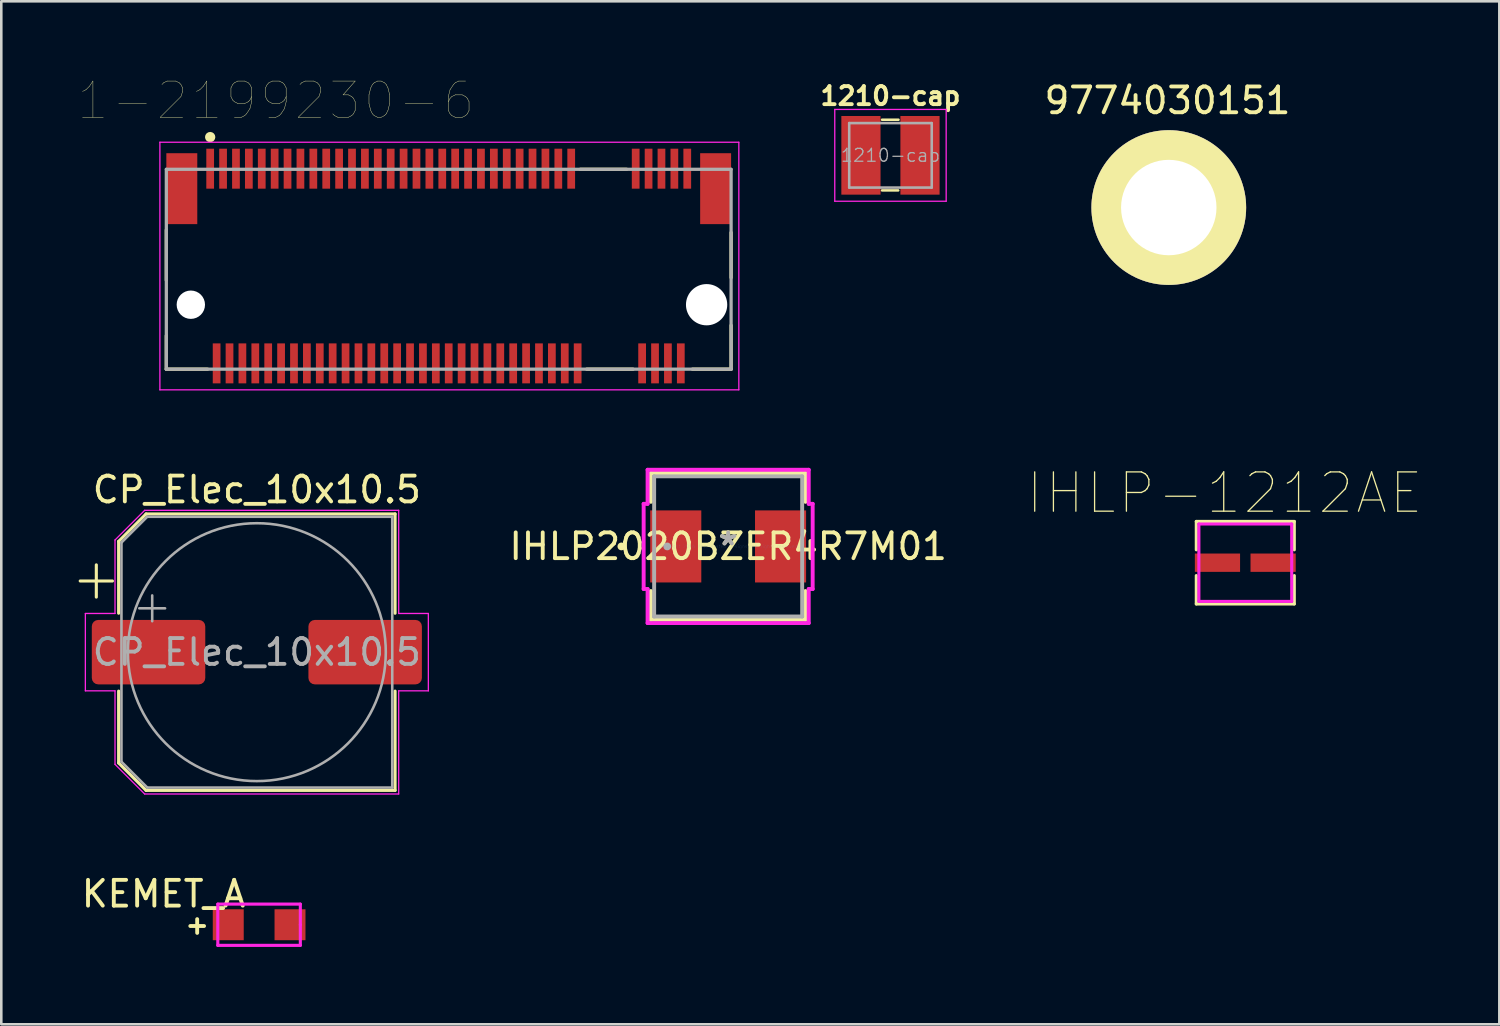
<source format=kicad_pcb>
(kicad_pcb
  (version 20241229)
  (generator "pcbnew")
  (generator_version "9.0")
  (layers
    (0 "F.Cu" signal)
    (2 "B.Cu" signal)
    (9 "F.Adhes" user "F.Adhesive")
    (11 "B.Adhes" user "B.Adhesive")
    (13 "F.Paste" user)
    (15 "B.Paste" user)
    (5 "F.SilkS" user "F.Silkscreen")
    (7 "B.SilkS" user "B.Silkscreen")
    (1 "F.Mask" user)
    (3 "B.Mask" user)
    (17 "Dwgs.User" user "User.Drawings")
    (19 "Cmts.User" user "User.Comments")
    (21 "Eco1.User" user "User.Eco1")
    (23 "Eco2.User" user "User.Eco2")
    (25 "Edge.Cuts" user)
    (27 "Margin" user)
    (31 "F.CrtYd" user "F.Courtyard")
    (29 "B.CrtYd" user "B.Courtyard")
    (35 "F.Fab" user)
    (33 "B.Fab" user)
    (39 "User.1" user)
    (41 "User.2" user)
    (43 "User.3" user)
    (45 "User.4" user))
  (footprint "KEMET_A"
    (layer "F.Cu")
    (at 5.796 32.809)
    (property "Reference" "KEMET_A" (at -2.504 -1.196 0) (layer "F.SilkS") (effects (font (size 1 1) (thickness 0.15))))
    (attr through_hole)
    (fp_line (start -0.4 -0.8) (end -0.4 0.8) (stroke (width 0.12) (type solid)) (layer "F.CrtYd"))
    (fp_line (start -0.4 0.8) (end 2.8 0.8) (stroke (width 0.12) (type solid)) (layer "F.CrtYd"))
    (fp_line (start 2.8 -0.8) (end -0.4 -0.8) (stroke (width 0.12) (type solid)) (layer "F.CrtYd"))
    (fp_line (start 2.8 0) (end 2.8 -0.8) (stroke (width 0.12) (type solid)) (layer "F.CrtYd"))
    (fp_line (start 2.8 0.8) (end 2.8 0) (stroke (width 0.12) (type solid)) (layer "F.CrtYd"))
    (fp_text user "+" (at -1.2 0 0) (layer "F.SilkS") (effects (font (size 0.7 0.7) (thickness 0.15))))
    (pad "1" smd rect (at 0.005 0) (size 1.2 1.2) (layers "F.Cu" "F.Mask" "F.Paste"))
    (pad "2" smd rect (at 2.4 0) (size 1.2 1.2) (layers "F.Cu" "F.Mask" "F.Paste")))
  (footprint "IHLP2020BZER4R7M01"
    (layer "F.Cu")
    (at 25.186 18.139)
    (property "Reference" "IHLP2020BZER4R7M01" (at 0 0 0) (layer "F.SilkS") (effects (font (size 1 1) (thickness 0.15))))
    (attr through_hole)
    (fp_line (start -2.997 -2.845) (end -2.997 -1.73) (stroke (width 0.152) (type solid)) (layer "F.SilkS"))
    (fp_line (start -2.997 1.73) (end -2.997 2.845) (stroke (width 0.152) (type solid)) (layer "F.SilkS"))
    (fp_line (start -2.997 2.845) (end 2.997 2.845) (stroke (width 0.152) (type solid)) (layer "F.SilkS"))
    (fp_line (start 2.997 -2.845) (end -2.997 -2.845) (stroke (width 0.152) (type solid)) (layer "F.SilkS"))
    (fp_line (start 2.997 -1.73) (end 2.997 -2.845) (stroke (width 0.152) (type solid)) (layer "F.SilkS"))
    (fp_line (start 2.997 2.845) (end 2.997 1.73) (stroke (width 0.152) (type solid)) (layer "F.SilkS"))
    (fp_circle (center -4.14 0) (end -4.064 0) (stroke (width 0.152) (type solid)) (fill no) (layer "F.SilkS"))
    (fp_line (start -3.277 -1.651) (end -3.124 -1.651) (stroke (width 0.152) (type solid)) (layer "F.CrtYd"))
    (fp_line (start -3.277 1.651) (end -3.277 -1.651) (stroke (width 0.152) (type solid)) (layer "F.CrtYd"))
    (fp_line (start -3.124 -2.972) (end 3.124 -2.972) (stroke (width 0.152) (type solid)) (layer "F.CrtYd"))
    (fp_line (start -3.124 -1.651) (end -3.124 -2.972) (stroke (width 0.152) (type solid)) (layer "F.CrtYd"))
    (fp_line (start -3.124 1.651) (end -3.277 1.651) (stroke (width 0.152) (type solid)) (layer "F.CrtYd"))
    (fp_line (start -3.124 2.972) (end -3.124 1.651) (stroke (width 0.152) (type solid)) (layer "F.CrtYd"))
    (fp_line (start 3.124 -2.972) (end 3.124 -1.651) (stroke (width 0.152) (type solid)) (layer "F.CrtYd"))
    (fp_line (start 3.124 -1.651) (end 3.277 -1.651) (stroke (width 0.152) (type solid)) (layer "F.CrtYd"))
    (fp_line (start 3.124 1.651) (end 3.124 2.972) (stroke (width 0.152) (type solid)) (layer "F.CrtYd"))
    (fp_line (start 3.124 2.972) (end -3.124 2.972) (stroke (width 0.152) (type solid)) (layer "F.CrtYd"))
    (fp_line (start 3.277 -1.651) (end 3.277 1.651) (stroke (width 0.152) (type solid)) (layer "F.CrtYd"))
    (fp_line (start 3.277 1.651) (end 3.124 1.651) (stroke (width 0.152) (type solid)) (layer "F.CrtYd"))
    (fp_line (start -2.87 -2.718) (end -2.87 2.718) (stroke (width 0.152) (type solid)) (layer "F.Fab"))
    (fp_line (start -2.87 2.718) (end 2.87 2.718) (stroke (width 0.152) (type solid)) (layer "F.Fab"))
    (fp_line (start 2.87 -2.718) (end -2.87 -2.718) (stroke (width 0.152) (type solid)) (layer "F.Fab"))
    (fp_line (start 2.87 2.718) (end 2.87 -2.718) (stroke (width 0.152) (type solid)) (layer "F.Fab"))
    (fp_circle (center -2.362 0) (end -2.286 0) (stroke (width 0.152) (type solid)) (fill no) (layer "F.Fab"))
    (fp_text user "*" (at 0 0 0) (layer "F.SilkS") (effects (font (size 1 1) (thickness 0.15))))
    (fp_text user "Copyright 2016 Accelerated Designs. All rights reserved." (at 0 0 0) (layer "Cmts.User") (effects (font (size 0.127 0.127) (thickness 0.002))))
    (fp_text user "*" (at 0 0 0) (layer "F.Fab") (effects (font (size 1 1) (thickness 0.15))))
    (pad "1" smd rect (at -2.032 0 90) (size 2.794 1.981) (layers "F.Cu" "F.Mask" "F.Paste"))
    (pad "2" smd rect (at 2.032 0 90) (size 2.794 1.981) (layers "F.Cu" "F.Mask" "F.Paste")))
  (footprint "1-2199230-6"
    (layer "F.Cu")
    (at 14.35 8.766)
    (property "Reference" "1-2199230-6" (at -6.705 -7.917 0) (layer "F.SilkS") (effects (font (size 1.405 1.405) (thickness 0.015))))
    (attr through_hole)
    (fp_line (start -10.95 -2.9) (end -10.95 -0.95) (stroke (width 0.127) (type solid)) (layer "F.SilkS"))
    (fp_line (start -10.95 1.2) (end -10.95 2.5) (stroke (width 0.127) (type solid)) (layer "F.SilkS"))
    (fp_line (start -10.95 2.5) (end -9.35 2.5) (stroke (width 0.127) (type solid)) (layer "F.SilkS"))
    (fp_line (start 5.1 -5.25) (end 6.9 -5.25) (stroke (width 0.127) (type solid)) (layer "F.SilkS"))
    (fp_line (start 5.35 2.5) (end 7.15 2.5) (stroke (width 0.127) (type solid)) (layer "F.SilkS"))
    (fp_line (start 9.45 2.5) (end 10.95 2.5) (stroke (width 0.127) (type solid)) (layer "F.SilkS"))
    (fp_line (start 10.95 -1.05) (end 10.95 -2.8) (stroke (width 0.127) (type solid)) (layer "F.SilkS"))
    (fp_line (start 10.95 2.5) (end 10.95 0.8) (stroke (width 0.127) (type solid)) (layer "F.SilkS"))
    (fp_circle (center -9.25 -6.5) (end -9.15 -6.5) (stroke (width 0.2) (type solid)) (fill no) (layer "F.SilkS"))
    (fp_line (start -11.2 -6.3) (end -11.2 3.3) (stroke (width 0.05) (type solid)) (layer "F.CrtYd"))
    (fp_line (start -11.2 3.3) (end 11.25 3.3) (stroke (width 0.05) (type solid)) (layer "F.CrtYd"))
    (fp_line (start 11.25 -6.3) (end -11.2 -6.3) (stroke (width 0.05) (type solid)) (layer "F.CrtYd"))
    (fp_line (start 11.25 3.3) (end 11.25 -6.3) (stroke (width 0.05) (type solid)) (layer "F.CrtYd"))
    (fp_line (start -10.95 -5.25) (end 10.95 -5.25) (stroke (width 0.127) (type solid)) (layer "F.Fab"))
    (fp_line (start -10.95 2.5) (end -10.95 -5.25) (stroke (width 0.127) (type solid)) (layer "F.Fab"))
    (fp_line (start 10.95 -5.25) (end 10.95 2.5) (stroke (width 0.127) (type solid)) (layer "F.Fab"))
    (fp_line (start 10.95 2.5) (end -10.95 2.5) (stroke (width 0.127) (type solid)) (layer "F.Fab"))
    (pad "" np_thru_hole circle (at -10 0) (size 1.1 1.1) (drill 1.1) (layers "*.Cu" "*.Mask"))
    (pad "" np_thru_hole circle (at 10 0) (size 1.6 1.6) (drill 1.6) (layers "*.Cu" "*.Mask"))
    (pad "1" smd rect (at -9.25 -5.275) (size 0.3 1.55) (layers "F.Cu" "F.Mask" "F.Paste"))
    (pad "2" smd rect (at -9 2.275) (size 0.3 1.55) (layers "F.Cu" "F.Mask" "F.Paste"))
    (pad "3" smd rect (at -8.75 -5.275) (size 0.3 1.55) (layers "F.Cu" "F.Mask" "F.Paste"))
    (pad "4" smd rect (at -8.5 2.275) (size 0.3 1.55) (layers "F.Cu" "F.Mask" "F.Paste"))
    (pad "5" smd rect (at -8.25 -5.275) (size 0.3 1.55) (layers "F.Cu" "F.Mask" "F.Paste"))
    (pad "6" smd rect (at -8 2.275) (size 0.3 1.55) (layers "F.Cu" "F.Mask" "F.Paste"))
    (pad "7" smd rect (at -7.75 -5.275) (size 0.3 1.55) (layers "F.Cu" "F.Mask" "F.Paste"))
    (pad "8" smd rect (at -7.5 2.275) (size 0.3 1.55) (layers "F.Cu" "F.Mask" "F.Paste"))
    (pad "9" smd rect (at -7.25 -5.275) (size 0.3 1.55) (layers "F.Cu" "F.Mask" "F.Paste"))
    (pad "10" smd rect (at -7 2.275) (size 0.3 1.55) (layers "F.Cu" "F.Mask" "F.Paste"))
    (pad "11" smd rect (at -6.75 -5.275) (size 0.3 1.55) (layers "F.Cu" "F.Mask" "F.Paste"))
    (pad "12" smd rect (at -6.5 2.275) (size 0.3 1.55) (layers "F.Cu" "F.Mask" "F.Paste"))
    (pad "13" smd rect (at -6.25 -5.275) (size 0.3 1.55) (layers "F.Cu" "F.Mask" "F.Paste"))
    (pad "14" smd rect (at -6 2.275) (size 0.3 1.55) (layers "F.Cu" "F.Mask" "F.Paste"))
    (pad "15" smd rect (at -5.75 -5.275) (size 0.3 1.55) (layers "F.Cu" "F.Mask" "F.Paste"))
    (pad "16" smd rect (at -5.5 2.275) (size 0.3 1.55) (layers "F.Cu" "F.Mask" "F.Paste"))
    (pad "17" smd rect (at -5.25 -5.275) (size 0.3 1.55) (layers "F.Cu" "F.Mask" "F.Paste"))
    (pad "18" smd rect (at -5 2.275) (size 0.3 1.55) (layers "F.Cu" "F.Mask" "F.Paste"))
    (pad "19" smd rect (at -4.75 -5.275) (size 0.3 1.55) (layers "F.Cu" "F.Mask" "F.Paste"))
    (pad "20" smd rect (at -4.5 2.275) (size 0.3 1.55) (layers "F.Cu" "F.Mask" "F.Paste"))
    (pad "21" smd rect (at -4.25 -5.275) (size 0.3 1.55) (layers "F.Cu" "F.Mask" "F.Paste"))
    (pad "22" smd rect (at -4 2.275) (size 0.3 1.55) (layers "F.Cu" "F.Mask" "F.Paste"))
    (pad "23" smd rect (at -3.75 -5.275) (size 0.3 1.55) (layers "F.Cu" "F.Mask" "F.Paste"))
    (pad "24" smd rect (at -3.5 2.275) (size 0.3 1.55) (layers "F.Cu" "F.Mask" "F.Paste"))
    (pad "25" smd rect (at -3.25 -5.275) (size 0.3 1.55) (layers "F.Cu" "F.Mask" "F.Paste"))
    (pad "26" smd rect (at -3 2.275) (size 0.3 1.55) (layers "F.Cu" "F.Mask" "F.Paste"))
    (pad "27" smd rect (at -2.75 -5.275) (size 0.3 1.55) (layers "F.Cu" "F.Mask" "F.Paste"))
    (pad "28" smd rect (at -2.5 2.275) (size 0.3 1.55) (layers "F.Cu" "F.Mask" "F.Paste"))
    (pad "29" smd rect (at -2.25 -5.275) (size 0.3 1.55) (layers "F.Cu" "F.Mask" "F.Paste"))
    (pad "30" smd rect (at -2 2.275) (size 0.3 1.55) (layers "F.Cu" "F.Mask" "F.Paste"))
    (pad "31" smd rect (at -1.75 -5.275) (size 0.3 1.55) (layers "F.Cu" "F.Mask" "F.Paste"))
    (pad "32" smd rect (at -1.5 2.275) (size 0.3 1.55) (layers "F.Cu" "F.Mask" "F.Paste"))
    (pad "33" smd rect (at -1.25 -5.275) (size 0.3 1.55) (layers "F.Cu" "F.Mask" "F.Paste"))
    (pad "34" smd rect (at -1 2.275) (size 0.3 1.55) (layers "F.Cu" "F.Mask" "F.Paste"))
    (pad "35" smd rect (at -0.75 -5.275) (size 0.3 1.55) (layers "F.Cu" "F.Mask" "F.Paste"))
    (pad "36" smd rect (at -0.5 2.275) (size 0.3 1.55) (layers "F.Cu" "F.Mask" "F.Paste"))
    (pad "37" smd rect (at -0.25 -5.275) (size 0.3 1.55) (layers "F.Cu" "F.Mask" "F.Paste"))
    (pad "38" smd rect (at 0 2.275) (size 0.3 1.55) (layers "F.Cu" "F.Mask" "F.Paste"))
    (pad "39" smd rect (at 0.25 -5.275) (size 0.3 1.55) (layers "F.Cu" "F.Mask" "F.Paste"))
    (pad "40" smd rect (at 0.5 2.275) (size 0.3 1.55) (layers "F.Cu" "F.Mask" "F.Paste"))
    (pad "41" smd rect (at 0.75 -5.275) (size 0.3 1.55) (layers "F.Cu" "F.Mask" "F.Paste"))
    (pad "42" smd rect (at 1 2.275) (size 0.3 1.55) (layers "F.Cu" "F.Mask" "F.Paste"))
    (pad "43" smd rect (at 1.25 -5.275) (size 0.3 1.55) (layers "F.Cu" "F.Mask" "F.Paste"))
    (pad "44" smd rect (at 1.5 2.275) (size 0.3 1.55) (layers "F.Cu" "F.Mask" "F.Paste"))
    (pad "45" smd rect (at 1.75 -5.275) (size 0.3 1.55) (layers "F.Cu" "F.Mask" "F.Paste"))
    (pad "46" smd rect (at 2 2.275) (size 0.3 1.55) (layers "F.Cu" "F.Mask" "F.Paste"))
    (pad "47" smd rect (at 2.25 -5.275) (size 0.3 1.55) (layers "F.Cu" "F.Mask" "F.Paste"))
    (pad "48" smd rect (at 2.5 2.275) (size 0.3 1.55) (layers "F.Cu" "F.Mask" "F.Paste"))
    (pad "49" smd rect (at 2.75 -5.275) (size 0.3 1.55) (layers "F.Cu" "F.Mask" "F.Paste"))
    (pad "50" smd rect (at 3 2.275) (size 0.3 1.55) (layers "F.Cu" "F.Mask" "F.Paste"))
    (pad "51" smd rect (at 3.25 -5.275) (size 0.3 1.55) (layers "F.Cu" "F.Mask" "F.Paste"))
    (pad "52" smd rect (at 3.5 2.275) (size 0.3 1.55) (layers "F.Cu" "F.Mask" "F.Paste"))
    (pad "53" smd rect (at 3.75 -5.275) (size 0.3 1.55) (layers "F.Cu" "F.Mask" "F.Paste"))
    (pad "54" smd rect (at 4 2.275) (size 0.3 1.55) (layers "F.Cu" "F.Mask" "F.Paste"))
    (pad "55" smd rect (at 4.25 -5.275) (size 0.3 1.55) (layers "F.Cu" "F.Mask" "F.Paste"))
    (pad "56" smd rect (at 4.5 2.275) (size 0.3 1.55) (layers "F.Cu" "F.Mask" "F.Paste"))
    (pad "57" smd rect (at 4.75 -5.275) (size 0.3 1.55) (layers "F.Cu" "F.Mask" "F.Paste"))
    (pad "58" smd rect (at 5 2.275) (size 0.3 1.55) (layers "F.Cu" "F.Mask" "F.Paste"))
    (pad "67" smd rect (at 7.25 -5.275) (size 0.3 1.55) (layers "F.Cu" "F.Mask" "F.Paste"))
    (pad "68" smd rect (at 7.5 2.275) (size 0.3 1.55) (layers "F.Cu" "F.Mask" "F.Paste"))
    (pad "69" smd rect (at 7.75 -5.275) (size 0.3 1.55) (layers "F.Cu" "F.Mask" "F.Paste"))
    (pad "70" smd rect (at 8 2.275) (size 0.3 1.55) (layers "F.Cu" "F.Mask" "F.Paste"))
    (pad "71" smd rect (at 8.25 -5.275) (size 0.3 1.55) (layers "F.Cu" "F.Mask" "F.Paste"))
    (pad "72" smd rect (at 8.5 2.275) (size 0.3 1.55) (layers "F.Cu" "F.Mask" "F.Paste"))
    (pad "73" smd rect (at 8.75 -5.275) (size 0.3 1.55) (layers "F.Cu" "F.Mask" "F.Paste"))
    (pad "74" smd rect (at 9 2.275) (size 0.3 1.55) (layers "F.Cu" "F.Mask" "F.Paste"))
    (pad "75" smd rect (at 9.25 -5.275) (size 0.3 1.55) (layers "F.Cu" "F.Mask" "F.Paste"))
    (pad "SH1" smd rect (at -10.35 -4.5) (size 1.2 2.75) (layers "F.Cu" "F.Mask" "F.Paste"))
    (pad "SH2" smd rect (at 10.35 -4.5) (size 1.2 2.75) (layers "F.Cu" "F.Mask" "F.Paste")))
  (footprint "IHLP-1212AE"
    (layer "F.Cu")
    (at 45.239 18.77)
    (property "Reference" "IHLP-1212AE" (at -0.8 -2.7 0) (layer "F.SilkS") (effects (font (size 1.524 1.524) (thickness 0.05))))
    (attr smd)
    (fp_line (start -1.9 -1.6) (end 1.9 -1.6) (stroke (width 0.12) (type solid)) (layer "F.SilkS"))
    (fp_line (start -1.9 -0.5) (end -1.9 -1.6) (stroke (width 0.12) (type solid)) (layer "F.SilkS"))
    (fp_line (start -1.9 1.6) (end -1.9 0.5) (stroke (width 0.12) (type solid)) (layer "F.SilkS"))
    (fp_line (start 1.9 -1.6) (end 1.9 -0.5) (stroke (width 0.12) (type solid)) (layer "F.SilkS"))
    (fp_line (start 1.9 0.5) (end 1.9 1.6) (stroke (width 0.12) (type solid)) (layer "F.SilkS"))
    (fp_line (start 1.9 1.6) (end -1.9 1.6) (stroke (width 0.12) (type solid)) (layer "F.SilkS"))
    (fp_line (start -1.8 -1.5) (end 1.8 -1.5) (stroke (width 0.12) (type solid)) (layer "F.CrtYd"))
    (fp_line (start -1.8 1.5) (end -1.8 -1.5) (stroke (width 0.12) (type solid)) (layer "F.CrtYd"))
    (fp_line (start 1.8 -1.5) (end 1.8 1.5) (stroke (width 0.12) (type solid)) (layer "F.CrtYd"))
    (fp_line (start 1.8 1.5) (end -1.8 1.5) (stroke (width 0.12) (type solid)) (layer "F.CrtYd"))
    (pad "1" smd rect (at -1.079 0) (size 1.753 0.711) (layers "F.Cu" "F.Mask" "F.Paste"))
    (pad "2" smd rect (at 1.079 0) (size 1.753 0.711) (layers "F.Cu" "F.Mask" "F.Paste")))
  (footprint "9774030151"
    (layer "F.Cu")
    (at 42.222 5.048)
    (property "Reference" "9774030151" (at 0 -4.2 0) (layer "F.SilkS") (effects (font (size 1 1) (thickness 0.15))))
    (attr through_hole)
    (pad "1" thru_hole circle (at 0.05 -0.05) (size 6 6) (drill 3.7) (layers "*.Cu" "F.Mask" "F.SilkS")))
  (footprint "CP_Elec_10x10.5"
    (layer "F.Cu")
    (at 6.91 22.239)
    (property "Reference" "CP_Elec_10x10.5" (at 0 -6.3 0) (layer "F.SilkS") (effects (font (size 1 1) (thickness 0.15))))
    (attr smd)
    (fp_line (start -6.85 -2.76) (end -5.6 -2.76) (stroke (width 0.12) (type solid)) (layer "F.SilkS"))
    (fp_line (start -6.225 -3.385) (end -6.225 -2.135) (stroke (width 0.12) (type solid)) (layer "F.SilkS"))
    (fp_line (start -5.36 -4.296) (end -5.36 -1.51) (stroke (width 0.12) (type solid)) (layer "F.SilkS"))
    (fp_line (start -5.36 -4.296) (end -4.296 -5.36) (stroke (width 0.12) (type solid)) (layer "F.SilkS"))
    (fp_line (start -5.36 4.296) (end -5.36 1.51) (stroke (width 0.12) (type solid)) (layer "F.SilkS"))
    (fp_line (start -5.36 4.296) (end -4.296 5.36) (stroke (width 0.12) (type solid)) (layer "F.SilkS"))
    (fp_line (start -4.296 -5.36) (end 5.36 -5.36) (stroke (width 0.12) (type solid)) (layer "F.SilkS"))
    (fp_line (start -4.296 5.36) (end 5.36 5.36) (stroke (width 0.12) (type solid)) (layer "F.SilkS"))
    (fp_line (start 5.36 -5.36) (end 5.36 -1.51) (stroke (width 0.12) (type solid)) (layer "F.SilkS"))
    (fp_line (start 5.36 5.36) (end 5.36 1.51) (stroke (width 0.12) (type solid)) (layer "F.SilkS"))
    (fp_line (start -6.65 -1.5) (end -6.65 1.5) (stroke (width 0.05) (type solid)) (layer "F.CrtYd"))
    (fp_line (start -6.65 1.5) (end -5.5 1.5) (stroke (width 0.05) (type solid)) (layer "F.CrtYd"))
    (fp_line (start -5.5 -4.35) (end -5.5 -1.5) (stroke (width 0.05) (type solid)) (layer "F.CrtYd"))
    (fp_line (start -5.5 -4.35) (end -4.35 -5.5) (stroke (width 0.05) (type solid)) (layer "F.CrtYd"))
    (fp_line (start -5.5 -1.5) (end -6.65 -1.5) (stroke (width 0.05) (type solid)) (layer "F.CrtYd"))
    (fp_line (start -5.5 1.5) (end -5.5 4.35) (stroke (width 0.05) (type solid)) (layer "F.CrtYd"))
    (fp_line (start -5.5 4.35) (end -4.35 5.5) (stroke (width 0.05) (type solid)) (layer "F.CrtYd"))
    (fp_line (start -4.35 -5.5) (end 5.5 -5.5) (stroke (width 0.05) (type solid)) (layer "F.CrtYd"))
    (fp_line (start -4.35 5.5) (end 5.5 5.5) (stroke (width 0.05) (type solid)) (layer "F.CrtYd"))
    (fp_line (start 5.5 -5.5) (end 5.5 -1.5) (stroke (width 0.05) (type solid)) (layer "F.CrtYd"))
    (fp_line (start 5.5 -1.5) (end 6.65 -1.5) (stroke (width 0.05) (type solid)) (layer "F.CrtYd"))
    (fp_line (start 5.5 1.5) (end 5.5 5.5) (stroke (width 0.05) (type solid)) (layer "F.CrtYd"))
    (fp_line (start 6.65 -1.5) (end 6.65 1.5) (stroke (width 0.05) (type solid)) (layer "F.CrtYd"))
    (fp_line (start 6.65 1.5) (end 5.5 1.5) (stroke (width 0.05) (type solid)) (layer "F.CrtYd"))
    (fp_line (start -5.25 -4.25) (end -5.25 4.25) (stroke (width 0.1) (type solid)) (layer "F.Fab"))
    (fp_line (start -5.25 -4.25) (end -4.25 -5.25) (stroke (width 0.1) (type solid)) (layer "F.Fab"))
    (fp_line (start -5.25 4.25) (end -4.25 5.25) (stroke (width 0.1) (type solid)) (layer "F.Fab"))
    (fp_line (start -4.558 -1.7) (end -3.558 -1.7) (stroke (width 0.1) (type solid)) (layer "F.Fab"))
    (fp_line (start -4.25 -5.25) (end 5.25 -5.25) (stroke (width 0.1) (type solid)) (layer "F.Fab"))
    (fp_line (start -4.25 5.25) (end 5.25 5.25) (stroke (width 0.1) (type solid)) (layer "F.Fab"))
    (fp_line (start -4.058 -2.2) (end -4.058 -1.2) (stroke (width 0.1) (type solid)) (layer "F.Fab"))
    (fp_line (start 5.25 -5.25) (end 5.25 5.25) (stroke (width 0.1) (type solid)) (layer "F.Fab"))
    (fp_circle (center 0 0) (end 5 0) (stroke (width 0.1) (type solid)) (fill no) (layer "F.Fab"))
    (fp_text user "${REFERENCE}" (at 0 0 0) (layer "F.Fab") (effects (font (size 1 1) (thickness 0.15))))
    (pad "1" smd roundrect (at -4.2 0) (size 4.4 2.5) (layers "F.Cu" "F.Mask" "F.Paste") (roundrect_rratio 0.1))
    (pad "2" smd roundrect (at 4.2 0) (size 4.4 2.5) (layers "F.Cu" "F.Mask" "F.Paste") (roundrect_rratio 0.1)))
  (footprint "1210-cap"
    (layer "F.Cu")
    (at 31.48 2.973)
    (property "Reference" "1210-cap" (at 0 -2.3 0) (layer "F.SilkS") (effects (font (size 0.7 0.7) (thickness 0.15))))
    (attr smd)
    (fp_line (start -0.325 -1.38) (end 0.31 -1.38) (stroke (width 0.1) (type solid)) (layer "F.SilkS"))
    (fp_line (start -0.325 1.36) (end 0.3 1.36) (stroke (width 0.1) (type solid)) (layer "F.SilkS"))
    (fp_line (start -2.16 -1.78) (end 2.16 -1.78) (stroke (width 0.05) (type solid)) (layer "F.CrtYd"))
    (fp_line (start -2.16 1.78) (end -2.16 -1.78) (stroke (width 0.05) (type solid)) (layer "F.CrtYd"))
    (fp_line (start 2.16 -1.78) (end 2.16 1.78) (stroke (width 0.05) (type solid)) (layer "F.CrtYd"))
    (fp_line (start 2.16 1.78) (end -2.16 1.78) (stroke (width 0.05) (type solid)) (layer "F.CrtYd"))
    (fp_line (start -1.6 -1.25) (end -1.6 1.25) (stroke (width 0.1) (type solid)) (layer "F.Fab"))
    (fp_line (start -1.6 -1.25) (end 1.6 -1.25) (stroke (width 0.1) (type solid)) (layer "F.Fab"))
    (fp_line (start -1.6 1.25) (end 1.6 1.25) (stroke (width 0.1) (type solid)) (layer "F.Fab"))
    (fp_line (start 1.6 1.25) (end 1.6 -1.25) (stroke (width 0.1) (type solid)) (layer "F.Fab"))
    (fp_text user "${REFERENCE}" (at 0 0 0) (layer "F.Fab") (effects (font (size 0.5 0.5) (thickness 0.05))))
    (pad "1" smd rect (at -1.145 0) (size 1.52 3.05) (layers "F.Cu" "F.Mask" "F.Paste"))
    (pad "2" smd rect (at 1.145 0) (size 1.52 3.05) (layers "F.Cu" "F.Mask" "F.Paste")))
  (gr_rect
    (start -3 -3)
    (end 55.09 36.669)
    (stroke (width 0.1) (type default))
    (fill no)
    (layer "Edge.Cuts")))
</source>
